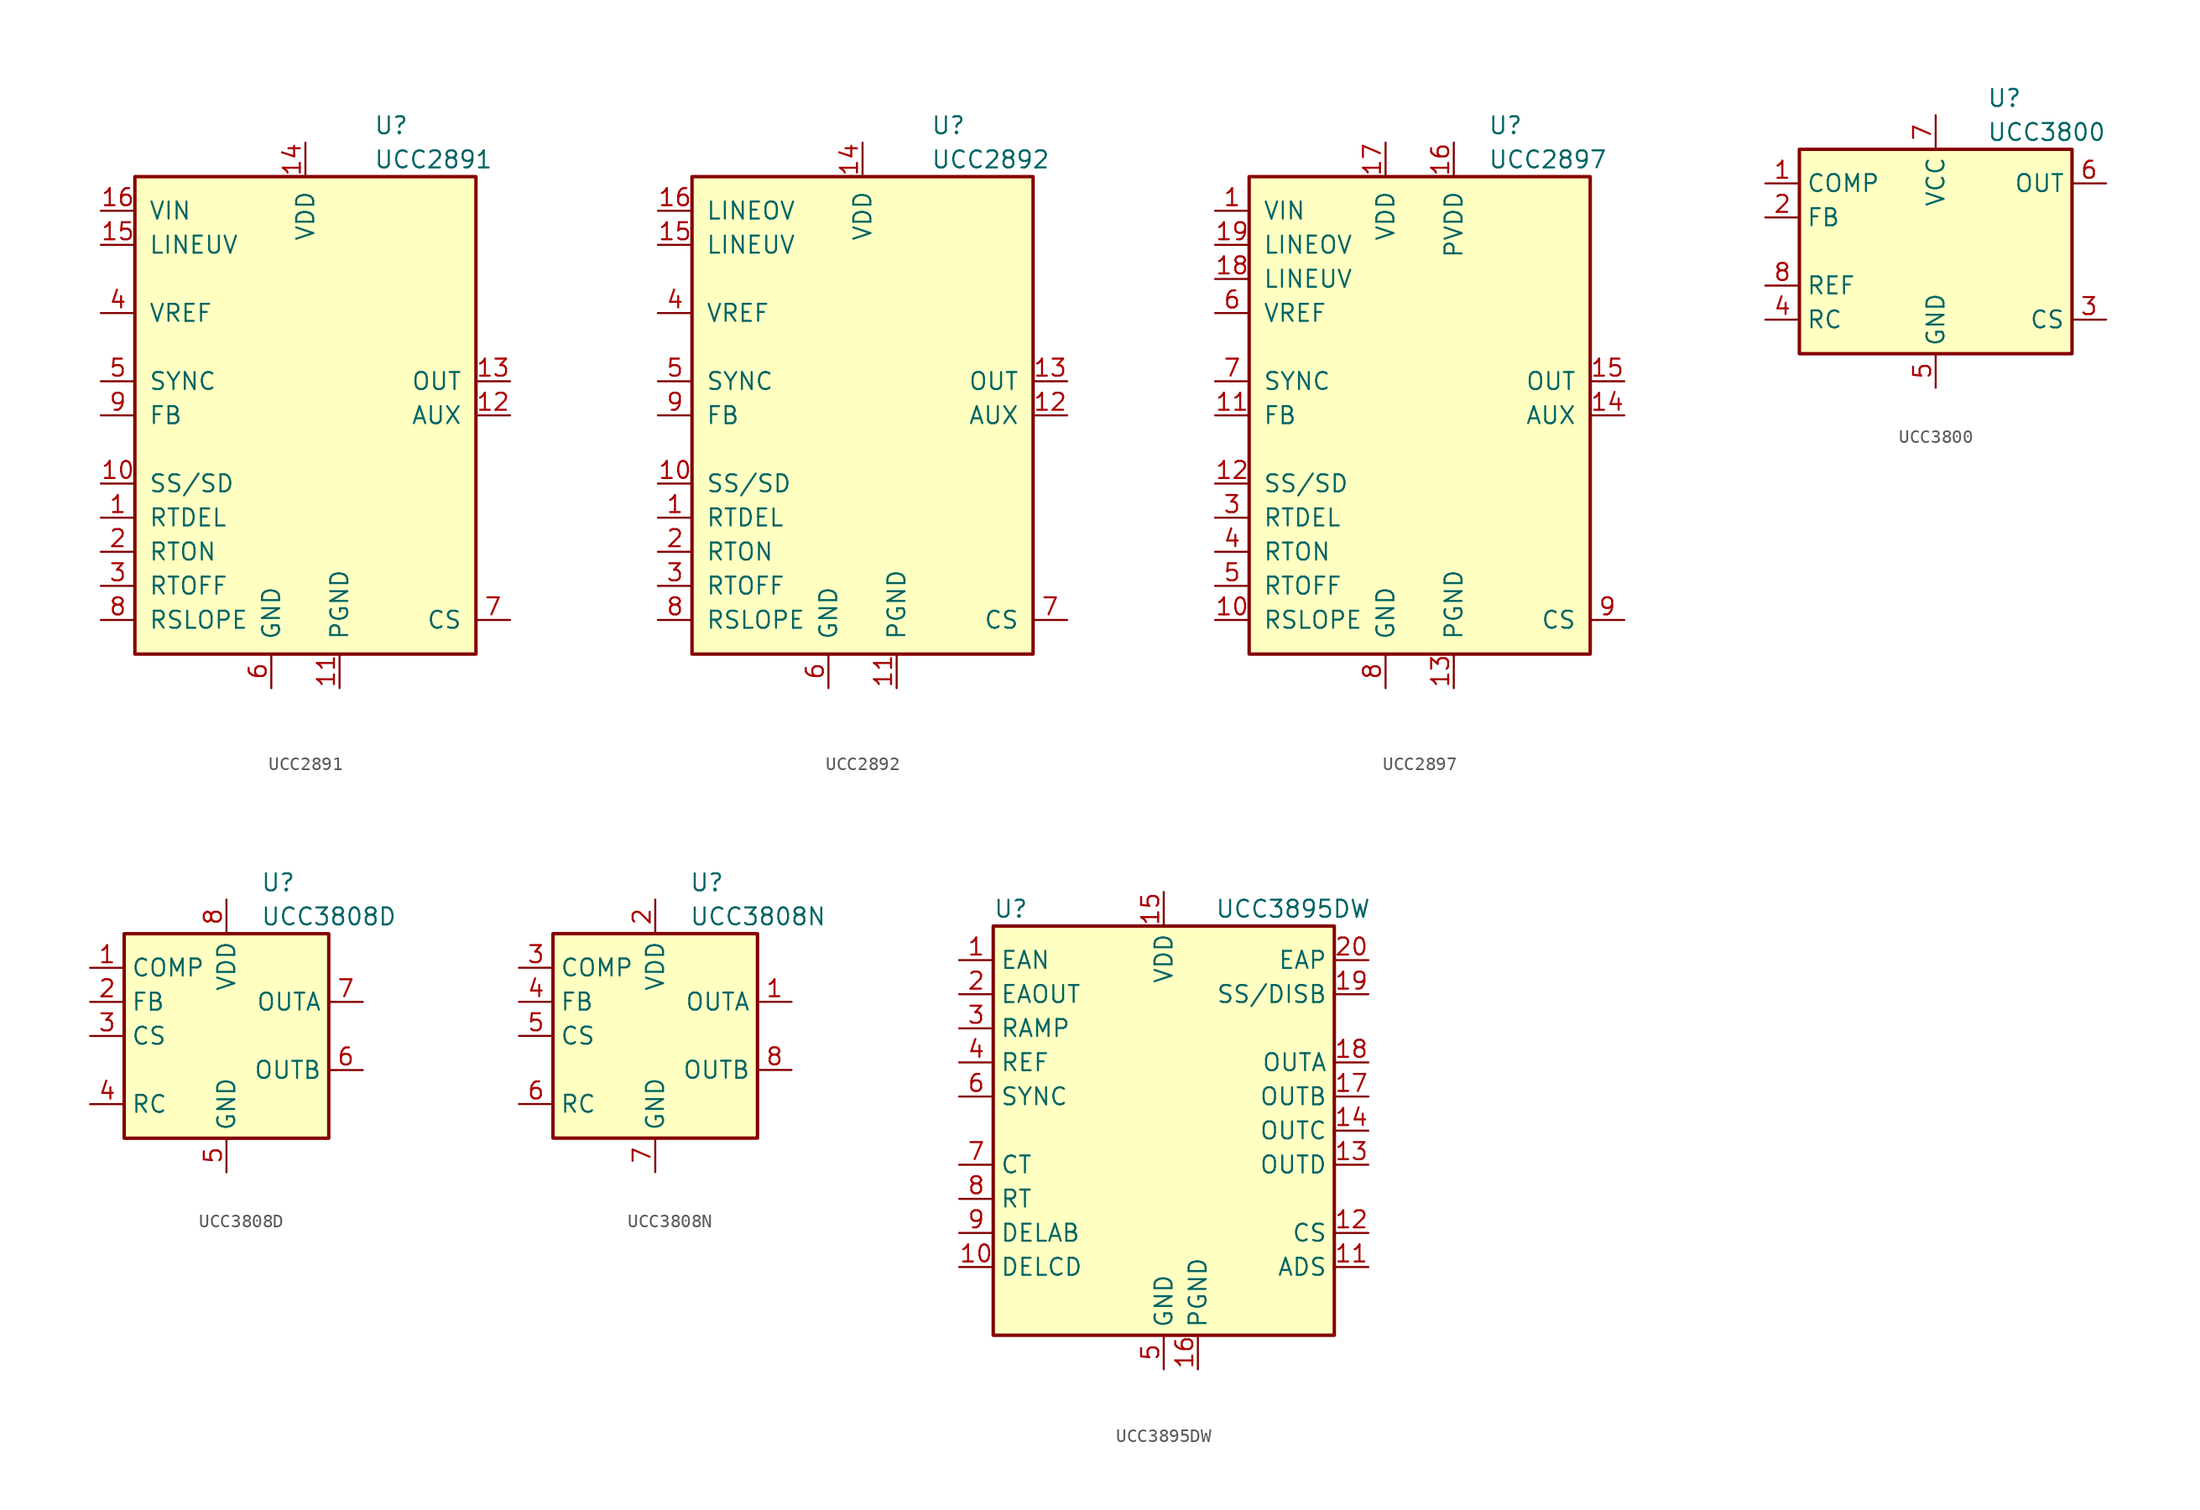
<source format=kicad_sym>
(kicad_symbol_lib
  (version 20241209)
  (generator "kicad_symbol_editor")
  (generator_version "9.0")
  (symbol "UCC2891"
    (pin_names
      (offset 1.016))
    (property "Reference" "U"
      (at 5.08 21.59 0)
      (effects (font (size 1.27 1.27)) (justify left)))
    (property "Value" "UCC2891"
      (at 5.08 19.05 0)
      (effects (font (size 1.27 1.27)) (justify left)))
    (symbol "UCC2891_0_1"
      (rectangle (start -12.7 -17.78) (end 12.7 17.78) (stroke (width 0.254) (type default)) (fill (type background))))
    (symbol "UCC2891_1_1"
      (pin input line (at -15.24 15.24 0) (length 2.54) (name "VIN" (effects (font (size 1.27 1.27)))) (number "16" (effects (font (size 1.27 1.27)))))
      (pin passive line (at -15.24 12.7 0) (length 2.54) (name "LINEUV" (effects (font (size 1.27 1.27)))) (number "15" (effects (font (size 1.27 1.27)))))
      (pin output line (at -15.24 7.62 0) (length 2.54) (name "VREF" (effects (font (size 1.27 1.27)))) (number "4" (effects (font (size 1.27 1.27)))))
      (pin input line (at -15.24 2.54 0) (length 2.54) (name "SYNC" (effects (font (size 1.27 1.27)))) (number "5" (effects (font (size 1.27 1.27)))))
      (pin input line (at -15.24 0 0) (length 2.54) (name "FB" (effects (font (size 1.27 1.27)))) (number "9" (effects (font (size 1.27 1.27)))))
      (pin passive line (at -15.24 -5.08 0) (length 2.54) (name "SS/SD" (effects (font (size 1.27 1.27)))) (number "10" (effects (font (size 1.27 1.27)))))
      (pin passive line (at -15.24 -7.62 0) (length 2.54) (name "RTDEL" (effects (font (size 1.27 1.27)))) (number "1" (effects (font (size 1.27 1.27)))))
      (pin passive line (at -15.24 -10.16 0) (length 2.54) (name "RTON" (effects (font (size 1.27 1.27)))) (number "2" (effects (font (size 1.27 1.27)))))
      (pin passive line (at -15.24 -12.7 0) (length 2.54) (name "RTOFF" (effects (font (size 1.27 1.27)))) (number "3" (effects (font (size 1.27 1.27)))))
      (pin passive line (at -15.24 -15.24 0) (length 2.54) (name "RSLOPE" (effects (font (size 1.27 1.27)))) (number "8" (effects (font (size 1.27 1.27)))))
      (pin power_in line (at -2.54 -20.32 90) (length 2.54) (name "GND" (effects (font (size 1.27 1.27)))) (number "6" (effects (font (size 1.27 1.27)))))
      (pin power_in line (at 0 20.32 270) (length 2.54) (name "VDD" (effects (font (size 1.27 1.27)))) (number "14" (effects (font (size 1.27 1.27)))))
      (pin power_in line (at 2.54 -20.32 90) (length 2.54) (name "PGND" (effects (font (size 1.27 1.27)))) (number "11" (effects (font (size 1.27 1.27)))))
      (pin output line (at 15.24 2.54 180) (length 2.54) (name "OUT" (effects (font (size 1.27 1.27)))) (number "13" (effects (font (size 1.27 1.27)))))
      (pin output line (at 15.24 0 180) (length 2.54) (name "AUX" (effects (font (size 1.27 1.27)))) (number "12" (effects (font (size 1.27 1.27)))))
      (pin input line (at 15.24 -15.24 180) (length 2.54) (name "CS" (effects (font (size 1.27 1.27)))) (number "7" (effects (font (size 1.27 1.27)))))))
  (symbol "UCC2892"
    (pin_names
      (offset 1.016))
    (property "Reference" "U"
      (at 5.08 21.59 0)
      (effects (font (size 1.27 1.27)) (justify left)))
    (property "Value" "UCC2892"
      (at 5.08 19.05 0)
      (effects (font (size 1.27 1.27)) (justify left)))
    (symbol "UCC2892_0_1"
      (rectangle (start -12.7 -17.78) (end 12.7 17.78) (stroke (width 0.254) (type default)) (fill (type background))))
    (symbol "UCC2892_1_1"
      (pin passive line (at -15.24 15.24 0) (length 2.54) (name "LINEOV" (effects (font (size 1.27 1.27)))) (number "16" (effects (font (size 1.27 1.27)))))
      (pin passive line (at -15.24 12.7 0) (length 2.54) (name "LINEUV" (effects (font (size 1.27 1.27)))) (number "15" (effects (font (size 1.27 1.27)))))
      (pin output line (at -15.24 7.62 0) (length 2.54) (name "VREF" (effects (font (size 1.27 1.27)))) (number "4" (effects (font (size 1.27 1.27)))))
      (pin input line (at -15.24 2.54 0) (length 2.54) (name "SYNC" (effects (font (size 1.27 1.27)))) (number "5" (effects (font (size 1.27 1.27)))))
      (pin input line (at -15.24 0 0) (length 2.54) (name "FB" (effects (font (size 1.27 1.27)))) (number "9" (effects (font (size 1.27 1.27)))))
      (pin passive line (at -15.24 -5.08 0) (length 2.54) (name "SS/SD" (effects (font (size 1.27 1.27)))) (number "10" (effects (font (size 1.27 1.27)))))
      (pin passive line (at -15.24 -7.62 0) (length 2.54) (name "RTDEL" (effects (font (size 1.27 1.27)))) (number "1" (effects (font (size 1.27 1.27)))))
      (pin passive line (at -15.24 -10.16 0) (length 2.54) (name "RTON" (effects (font (size 1.27 1.27)))) (number "2" (effects (font (size 1.27 1.27)))))
      (pin passive line (at -15.24 -12.7 0) (length 2.54) (name "RTOFF" (effects (font (size 1.27 1.27)))) (number "3" (effects (font (size 1.27 1.27)))))
      (pin passive line (at -15.24 -15.24 0) (length 2.54) (name "RSLOPE" (effects (font (size 1.27 1.27)))) (number "8" (effects (font (size 1.27 1.27)))))
      (pin power_in line (at -2.54 -20.32 90) (length 2.54) (name "GND" (effects (font (size 1.27 1.27)))) (number "6" (effects (font (size 1.27 1.27)))))
      (pin power_in line (at 0 20.32 270) (length 2.54) (name "VDD" (effects (font (size 1.27 1.27)))) (number "14" (effects (font (size 1.27 1.27)))))
      (pin power_in line (at 2.54 -20.32 90) (length 2.54) (name "PGND" (effects (font (size 1.27 1.27)))) (number "11" (effects (font (size 1.27 1.27)))))
      (pin output line (at 15.24 2.54 180) (length 2.54) (name "OUT" (effects (font (size 1.27 1.27)))) (number "13" (effects (font (size 1.27 1.27)))))
      (pin output line (at 15.24 0 180) (length 2.54) (name "AUX" (effects (font (size 1.27 1.27)))) (number "12" (effects (font (size 1.27 1.27)))))
      (pin input line (at 15.24 -15.24 180) (length 2.54) (name "CS" (effects (font (size 1.27 1.27)))) (number "7" (effects (font (size 1.27 1.27)))))))
  (symbol "UCC2897"
    (pin_names
      (offset 1.016))
    (property "Reference" "U"
      (at 5.08 21.59 0)
      (effects (font (size 1.27 1.27)) (justify left)))
    (property "Value" "UCC2897"
      (at 5.08 19.05 0)
      (effects (font (size 1.27 1.27)) (justify left)))
    (symbol "UCC2897_0_1"
      (rectangle (start -12.7 -17.78) (end 12.7 17.78) (stroke (width 0.254) (type default)) (fill (type background))))
    (symbol "UCC2897_1_1"
      (pin input line (at -15.24 15.24 0) (length 2.54) (name "VIN" (effects (font (size 1.27 1.27)))) (number "1" (effects (font (size 1.27 1.27)))))
      (pin passive line (at -15.24 12.7 0) (length 2.54) (name "LINEOV" (effects (font (size 1.27 1.27)))) (number "19" (effects (font (size 1.27 1.27)))))
      (pin passive line (at -15.24 10.16 0) (length 2.54) (name "LINEUV" (effects (font (size 1.27 1.27)))) (number "18" (effects (font (size 1.27 1.27)))))
      (pin output line (at -15.24 7.62 0) (length 2.54) (name "VREF" (effects (font (size 1.27 1.27)))) (number "6" (effects (font (size 1.27 1.27)))))
      (pin input line (at -15.24 2.54 0) (length 2.54) (name "SYNC" (effects (font (size 1.27 1.27)))) (number "7" (effects (font (size 1.27 1.27)))))
      (pin input line (at -15.24 0 0) (length 2.54) (name "FB" (effects (font (size 1.27 1.27)))) (number "11" (effects (font (size 1.27 1.27)))))
      (pin passive line (at -15.24 -5.08 0) (length 2.54) (name "SS/SD" (effects (font (size 1.27 1.27)))) (number "12" (effects (font (size 1.27 1.27)))))
      (pin passive line (at -15.24 -7.62 0) (length 2.54) (name "RTDEL" (effects (font (size 1.27 1.27)))) (number "3" (effects (font (size 1.27 1.27)))))
      (pin passive line (at -15.24 -10.16 0) (length 2.54) (name "RTON" (effects (font (size 1.27 1.27)))) (number "4" (effects (font (size 1.27 1.27)))))
      (pin passive line (at -15.24 -12.7 0) (length 2.54) (name "RTOFF" (effects (font (size 1.27 1.27)))) (number "5" (effects (font (size 1.27 1.27)))))
      (pin passive line (at -15.24 -15.24 0) (length 2.54) (name "RSLOPE" (effects (font (size 1.27 1.27)))) (number "10" (effects (font (size 1.27 1.27)))))
      (pin power_in line (at -2.54 20.32 270) (length 2.54) (name "VDD" (effects (font (size 1.27 1.27)))) (number "17" (effects (font (size 1.27 1.27)))))
      (pin power_in line (at -2.54 -20.32 90) (length 2.54) (name "GND" (effects (font (size 1.27 1.27)))) (number "8" (effects (font (size 1.27 1.27)))))
      (pin power_in line (at 2.54 20.32 270) (length 2.54) (name "PVDD" (effects (font (size 1.27 1.27)))) (number "16" (effects (font (size 1.27 1.27)))))
      (pin power_in line (at 2.54 -20.32 90) (length 2.54) (name "PGND" (effects (font (size 1.27 1.27)))) (number "13" (effects (font (size 1.27 1.27)))))
      (pin no_connect line (at 12.7 15.24 180) (length 2.54) (hide yes) (name "NC" (effects (font (size 1.27 1.27)))) (number "2" (effects (font (size 1.27 1.27)))))
      (pin no_connect line (at 12.7 12.7 180) (length 2.54) (hide yes) (name "NC" (effects (font (size 1.27 1.27)))) (number "20" (effects (font (size 1.27 1.27)))))
      (pin output line (at 15.24 2.54 180) (length 2.54) (name "OUT" (effects (font (size 1.27 1.27)))) (number "15" (effects (font (size 1.27 1.27)))))
      (pin output line (at 15.24 0 180) (length 2.54) (name "AUX" (effects (font (size 1.27 1.27)))) (number "14" (effects (font (size 1.27 1.27)))))
      (pin input line (at 15.24 -15.24 180) (length 2.54) (name "CS" (effects (font (size 1.27 1.27)))) (number "9" (effects (font (size 1.27 1.27)))))))
  (symbol "UCC3800"
    (property "Reference" "U"
      (at 3.81 11.43 0)
      (effects (font (size 1.27 1.27)) (justify left)))
    (property "Value" "UCC3800"
      (at 3.81 8.89 0)
      (effects (font (size 1.27 1.27)) (justify left)))
    (symbol "UCC3800_0_1"
      (rectangle (start -10.16 -7.62) (end 10.16 7.62) (stroke (width 0.254) (type default)) (fill (type background))))
    (symbol "UCC3800_1_1"
      (pin passive line (at -12.7 5.08 0) (length 2.54) (name "COMP" (effects (font (size 1.27 1.27)))) (number "1" (effects (font (size 1.27 1.27)))))
      (pin input line (at -12.7 2.54 0) (length 2.54) (name "FB" (effects (font (size 1.27 1.27)))) (number "2" (effects (font (size 1.27 1.27)))))
      (pin power_in line (at -12.7 -2.54 0) (length 2.54) (name "REF" (effects (font (size 1.27 1.27)))) (number "8" (effects (font (size 1.27 1.27)))))
      (pin passive line (at -12.7 -5.08 0) (length 2.54) (name "RC" (effects (font (size 1.27 1.27)))) (number "4" (effects (font (size 1.27 1.27)))))
      (pin power_in line (at 0 10.16 270) (length 2.54) (name "VCC" (effects (font (size 1.27 1.27)))) (number "7" (effects (font (size 1.27 1.27)))))
      (pin power_in line (at 0 -10.16 90) (length 2.54) (name "GND" (effects (font (size 1.27 1.27)))) (number "5" (effects (font (size 1.27 1.27)))))
      (pin output line (at 12.7 5.08 180) (length 2.54) (name "OUT" (effects (font (size 1.27 1.27)))) (number "6" (effects (font (size 1.27 1.27)))))
      (pin input line (at 12.7 -5.08 180) (length 2.54) (name "CS" (effects (font (size 1.27 1.27)))) (number "3" (effects (font (size 1.27 1.27)))))))
  (symbol "UCC3808D"
    (property "Reference" "U"
      (at 2.54 11.43 0)
      (effects (font (size 1.27 1.27)) (justify left)))
    (property "Value" "UCC3808D"
      (at 2.54 8.89 0)
      (effects (font (size 1.27 1.27)) (justify left)))
    (symbol "UCC3808D_0_1"
      (rectangle (start -7.62 -7.62) (end 7.62 7.62) (stroke (width 0.254) (type default)) (fill (type background))))
    (symbol "UCC3808D_1_1"
      (pin passive line (at -10.16 5.08 0) (length 2.54) (name "COMP" (effects (font (size 1.27 1.27)))) (number "1" (effects (font (size 1.27 1.27)))))
      (pin input line (at -10.16 2.54 0) (length 2.54) (name "FB" (effects (font (size 1.27 1.27)))) (number "2" (effects (font (size 1.27 1.27)))))
      (pin input line (at -10.16 0 0) (length 2.54) (name "CS" (effects (font (size 1.27 1.27)))) (number "3" (effects (font (size 1.27 1.27)))))
      (pin passive line (at -10.16 -5.08 0) (length 2.54) (name "RC" (effects (font (size 1.27 1.27)))) (number "4" (effects (font (size 1.27 1.27)))))
      (pin power_in line (at 0 10.16 270) (length 2.54) (name "VDD" (effects (font (size 1.27 1.27)))) (number "8" (effects (font (size 1.27 1.27)))))
      (pin power_in line (at 0 -10.16 90) (length 2.54) (name "GND" (effects (font (size 1.27 1.27)))) (number "5" (effects (font (size 1.27 1.27)))))
      (pin output line (at 10.16 2.54 180) (length 2.54) (name "OUTA" (effects (font (size 1.27 1.27)))) (number "7" (effects (font (size 1.27 1.27)))))
      (pin output line (at 10.16 -2.54 180) (length 2.54) (name "OUTB" (effects (font (size 1.27 1.27)))) (number "6" (effects (font (size 1.27 1.27)))))))
  (symbol "UCC3808N"
    (property "Reference" "U"
      (at 2.54 11.43 0)
      (effects (font (size 1.27 1.27)) (justify left)))
    (property "Value" "UCC3808N"
      (at 2.54 8.89 0)
      (effects (font (size 1.27 1.27)) (justify left)))
    (symbol "UCC3808N_0_1"
      (rectangle (start -7.62 -7.62) (end 7.62 7.62) (stroke (width 0.254) (type default)) (fill (type background))))
    (symbol "UCC3808N_1_1"
      (pin passive line (at -10.16 5.08 0) (length 2.54) (name "COMP" (effects (font (size 1.27 1.27)))) (number "3" (effects (font (size 1.27 1.27)))))
      (pin input line (at -10.16 2.54 0) (length 2.54) (name "FB" (effects (font (size 1.27 1.27)))) (number "4" (effects (font (size 1.27 1.27)))))
      (pin input line (at -10.16 0 0) (length 2.54) (name "CS" (effects (font (size 1.27 1.27)))) (number "5" (effects (font (size 1.27 1.27)))))
      (pin passive line (at -10.16 -5.08 0) (length 2.54) (name "RC" (effects (font (size 1.27 1.27)))) (number "6" (effects (font (size 1.27 1.27)))))
      (pin power_in line (at 0 10.16 270) (length 2.54) (name "VDD" (effects (font (size 1.27 1.27)))) (number "2" (effects (font (size 1.27 1.27)))))
      (pin power_in line (at 0 -10.16 90) (length 2.54) (name "GND" (effects (font (size 1.27 1.27)))) (number "7" (effects (font (size 1.27 1.27)))))
      (pin output line (at 10.16 2.54 180) (length 2.54) (name "OUTA" (effects (font (size 1.27 1.27)))) (number "1" (effects (font (size 1.27 1.27)))))
      (pin output line (at 10.16 -2.54 180) (length 2.54) (name "OUTB" (effects (font (size 1.27 1.27)))) (number "8" (effects (font (size 1.27 1.27)))))))
  (symbol "UCC3895DW"
    (property "Reference" "U"
      (at -12.7 16.51 0)
      (effects (font (size 1.27 1.27)) (justify left)))
    (property "Value" "UCC3895DW"
      (at 3.81 16.51 0)
      (effects (font (size 1.27 1.27)) (justify left)))
    (symbol "UCC3895DW_0_1"
      (rectangle (start -12.7 15.24) (end 12.7 -15.24) (stroke (width 0.254) (type default)) (fill (type background))))
    (symbol "UCC3895DW_1_1"
      (pin input line (at -15.24 12.7 0) (length 2.54) (name "EAN" (effects (font (size 1.27 1.27)))) (number "1" (effects (font (size 1.27 1.27)))))
      (pin bidirectional line (at -15.24 10.16 0) (length 2.54) (name "EAOUT" (effects (font (size 1.27 1.27)))) (number "2" (effects (font (size 1.27 1.27)))))
      (pin input line (at -15.24 7.62 0) (length 2.54) (name "RAMP" (effects (font (size 1.27 1.27)))) (number "3" (effects (font (size 1.27 1.27)))))
      (pin output line (at -15.24 5.08 0) (length 2.54) (name "REF" (effects (font (size 1.27 1.27)))) (number "4" (effects (font (size 1.27 1.27)))))
      (pin bidirectional line (at -15.24 2.54 0) (length 2.54) (name "SYNC" (effects (font (size 1.27 1.27)))) (number "6" (effects (font (size 1.27 1.27)))))
      (pin passive line (at -15.24 -2.54 0) (length 2.54) (name "CT" (effects (font (size 1.27 1.27)))) (number "7" (effects (font (size 1.27 1.27)))))
      (pin passive line (at -15.24 -5.08 0) (length 2.54) (name "RT" (effects (font (size 1.27 1.27)))) (number "8" (effects (font (size 1.27 1.27)))))
      (pin passive line (at -15.24 -7.62 0) (length 2.54) (name "DELAB" (effects (font (size 1.27 1.27)))) (number "9" (effects (font (size 1.27 1.27)))))
      (pin passive line (at -15.24 -10.16 0) (length 2.54) (name "DELCD" (effects (font (size 1.27 1.27)))) (number "10" (effects (font (size 1.27 1.27)))))
      (pin power_in line (at 0 17.78 270) (length 2.54) (name "VDD" (effects (font (size 1.27 1.27)))) (number "15" (effects (font (size 1.27 1.27)))))
      (pin power_in line (at 0 -17.78 90) (length 2.54) (name "GND" (effects (font (size 1.27 1.27)))) (number "5" (effects (font (size 1.27 1.27)))))
      (pin power_in line (at 2.54 -17.78 90) (length 2.54) (name "PGND" (effects (font (size 1.27 1.27)))) (number "16" (effects (font (size 1.27 1.27)))))
      (pin input line (at 15.24 12.7 180) (length 2.54) (name "EAP" (effects (font (size 1.27 1.27)))) (number "20" (effects (font (size 1.27 1.27)))))
      (pin passive line (at 15.24 10.16 180) (length 2.54) (name "SS/DISB" (effects (font (size 1.27 1.27)))) (number "19" (effects (font (size 1.27 1.27)))))
      (pin output line (at 15.24 5.08 180) (length 2.54) (name "OUTA" (effects (font (size 1.27 1.27)))) (number "18" (effects (font (size 1.27 1.27)))))
      (pin output line (at 15.24 2.54 180) (length 2.54) (name "OUTB" (effects (font (size 1.27 1.27)))) (number "17" (effects (font (size 1.27 1.27)))))
      (pin output line (at 15.24 0 180) (length 2.54) (name "OUTC" (effects (font (size 1.27 1.27)))) (number "14" (effects (font (size 1.27 1.27)))))
      (pin output line (at 15.24 -2.54 180) (length 2.54) (name "OUTD" (effects (font (size 1.27 1.27)))) (number "13" (effects (font (size 1.27 1.27)))))
      (pin input line (at 15.24 -7.62 180) (length 2.54) (name "CS" (effects (font (size 1.27 1.27)))) (number "12" (effects (font (size 1.27 1.27)))))
      (pin input line (at 15.24 -10.16 180) (length 2.54) (name "ADS" (effects (font (size 1.27 1.27)))) (number "11" (effects (font (size 1.27 1.27))))))))
</source>
